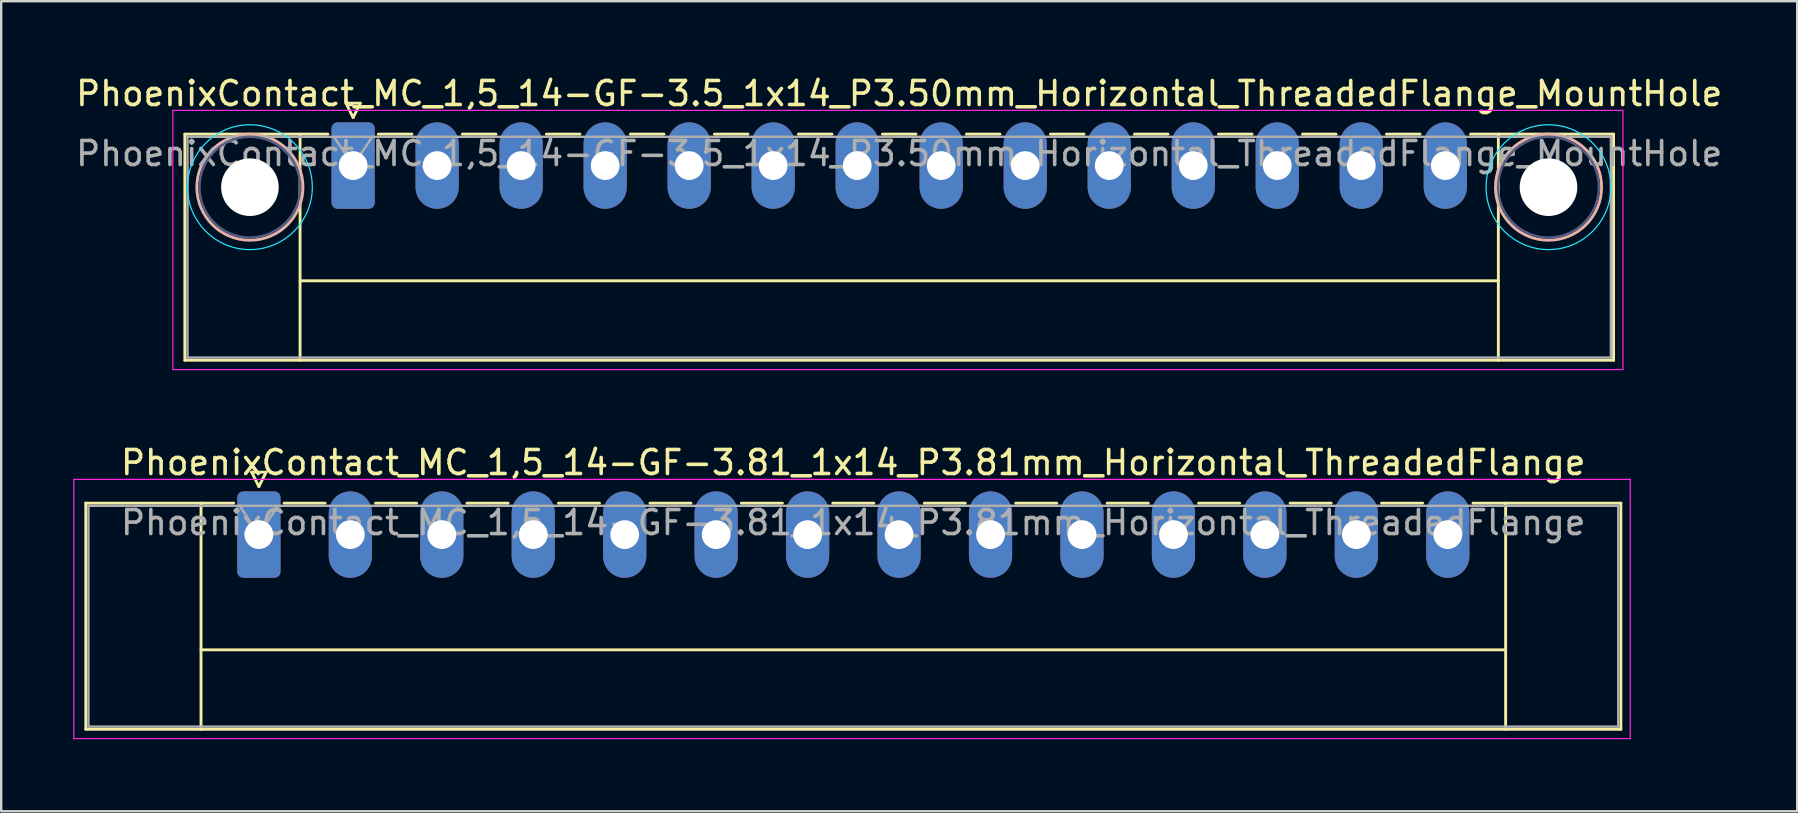
<source format=kicad_pcb>
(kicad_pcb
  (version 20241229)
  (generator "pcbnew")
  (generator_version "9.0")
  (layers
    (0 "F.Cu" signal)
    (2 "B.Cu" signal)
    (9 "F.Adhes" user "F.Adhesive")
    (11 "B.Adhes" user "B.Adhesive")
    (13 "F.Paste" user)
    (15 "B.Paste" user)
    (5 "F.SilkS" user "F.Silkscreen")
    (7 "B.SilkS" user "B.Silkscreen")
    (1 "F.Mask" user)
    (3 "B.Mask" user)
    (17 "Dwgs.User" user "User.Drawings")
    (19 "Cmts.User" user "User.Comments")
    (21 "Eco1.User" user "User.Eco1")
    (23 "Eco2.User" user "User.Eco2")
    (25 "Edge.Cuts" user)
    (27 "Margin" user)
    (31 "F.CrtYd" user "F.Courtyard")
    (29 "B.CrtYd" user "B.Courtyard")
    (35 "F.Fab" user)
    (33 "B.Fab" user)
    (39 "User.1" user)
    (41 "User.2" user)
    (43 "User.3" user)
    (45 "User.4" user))
  (footprint "PhoenixContact_MC_1,5_14-GF-3.81_1x14_P3.81mm_Horizontal_ThreadedFlange"
    (layer "F.Cu")
    (at 7.735 19.221)
    (property "Reference" "PhoenixContact_MC_1,5_14-GF-3.81_1x14_P3.81mm_Horizontal_ThreadedFlange" (at 24.76 -3 0) (layer "F.SilkS") (effects (font (size 1 1) (thickness 0.15))))
    (attr through_hole)
    (fp_line (start -7.21 -1.31) (end -7.21 8.11) (stroke (width 0.12) (type solid)) (layer "F.SilkS"))
    (fp_line (start -7.21 -1.31) (end -1.05 -1.31) (stroke (width 0.12) (type solid)) (layer "F.SilkS"))
    (fp_line (start -7.21 8.11) (end 56.74 8.11) (stroke (width 0.12) (type solid)) (layer "F.SilkS"))
    (fp_line (start -2.41 -1.31) (end -2.41 8.11) (stroke (width 0.12) (type solid)) (layer "F.SilkS"))
    (fp_line (start -2.41 4.8) (end 51.94 4.8) (stroke (width 0.12) (type solid)) (layer "F.SilkS"))
    (fp_line (start -0.3 -2.6) (end 0.3 -2.6) (stroke (width 0.12) (type solid)) (layer "F.SilkS"))
    (fp_line (start 0 -2) (end -0.3 -2.6) (stroke (width 0.12) (type solid)) (layer "F.SilkS"))
    (fp_line (start 0.3 -2.6) (end 0 -2) (stroke (width 0.12) (type solid)) (layer "F.SilkS"))
    (fp_line (start 1.05 -1.31) (end 2.76 -1.31) (stroke (width 0.12) (type solid)) (layer "F.SilkS"))
    (fp_line (start 4.86 -1.31) (end 6.57 -1.31) (stroke (width 0.12) (type solid)) (layer "F.SilkS"))
    (fp_line (start 8.67 -1.31) (end 10.38 -1.31) (stroke (width 0.12) (type solid)) (layer "F.SilkS"))
    (fp_line (start 12.48 -1.31) (end 14.19 -1.31) (stroke (width 0.12) (type solid)) (layer "F.SilkS"))
    (fp_line (start 16.29 -1.31) (end 18 -1.31) (stroke (width 0.12) (type solid)) (layer "F.SilkS"))
    (fp_line (start 20.1 -1.31) (end 21.81 -1.31) (stroke (width 0.12) (type solid)) (layer "F.SilkS"))
    (fp_line (start 23.91 -1.31) (end 25.62 -1.31) (stroke (width 0.12) (type solid)) (layer "F.SilkS"))
    (fp_line (start 27.72 -1.31) (end 29.43 -1.31) (stroke (width 0.12) (type solid)) (layer "F.SilkS"))
    (fp_line (start 31.53 -1.31) (end 33.24 -1.31) (stroke (width 0.12) (type solid)) (layer "F.SilkS"))
    (fp_line (start 35.34 -1.31) (end 37.05 -1.31) (stroke (width 0.12) (type solid)) (layer "F.SilkS"))
    (fp_line (start 39.15 -1.31) (end 40.86 -1.31) (stroke (width 0.12) (type solid)) (layer "F.SilkS"))
    (fp_line (start 42.96 -1.31) (end 44.67 -1.31) (stroke (width 0.12) (type solid)) (layer "F.SilkS"))
    (fp_line (start 46.77 -1.31) (end 48.48 -1.31) (stroke (width 0.12) (type solid)) (layer "F.SilkS"))
    (fp_line (start 51.94 -1.31) (end 51.94 8.11) (stroke (width 0.12) (type solid)) (layer "F.SilkS"))
    (fp_line (start 56.74 -1.31) (end 50.58 -1.31) (stroke (width 0.12) (type solid)) (layer "F.SilkS"))
    (fp_line (start 56.74 8.11) (end 56.74 -1.31) (stroke (width 0.12) (type solid)) (layer "F.SilkS"))
    (fp_line (start -7.71 -2.3) (end -7.71 8.5) (stroke (width 0.05) (type solid)) (layer "F.CrtYd"))
    (fp_line (start -7.71 8.5) (end 57.13 8.5) (stroke (width 0.05) (type solid)) (layer "F.CrtYd"))
    (fp_line (start 57.13 -2.3) (end -7.71 -2.3) (stroke (width 0.05) (type solid)) (layer "F.CrtYd"))
    (fp_line (start 57.13 8.5) (end 57.13 -2.3) (stroke (width 0.05) (type solid)) (layer "F.CrtYd"))
    (fp_line (start -7.1 -1.2) (end -7.1 8) (stroke (width 0.1) (type solid)) (layer "F.Fab"))
    (fp_line (start -7.1 8) (end 56.63 8) (stroke (width 0.1) (type solid)) (layer "F.Fab"))
    (fp_line (start 0 0) (end -0.8 -1.2) (stroke (width 0.1) (type solid)) (layer "F.Fab"))
    (fp_line (start 0.8 -1.2) (end 0 0) (stroke (width 0.1) (type solid)) (layer "F.Fab"))
    (fp_line (start 56.63 -1.2) (end -7.1 -1.2) (stroke (width 0.1) (type solid)) (layer "F.Fab"))
    (fp_line (start 56.63 8) (end 56.63 -1.2) (stroke (width 0.1) (type solid)) (layer "F.Fab"))
    (fp_text user "${REFERENCE}" (at 24.76 -0.5 0) (layer "F.Fab") (effects (font (size 1 1) (thickness 0.15))))
    (pad "1" thru_hole roundrect (at 0 0) (size 1.8 3.6) (drill 1.2) (layers "*.Cu" "*.Mask") (roundrect_rratio 0.139))
    (pad "2" thru_hole oval (at 3.81 0) (size 1.8 3.6) (drill 1.2) (layers "*.Cu" "*.Mask"))
    (pad "3" thru_hole oval (at 7.62 0) (size 1.8 3.6) (drill 1.2) (layers "*.Cu" "*.Mask"))
    (pad "4" thru_hole oval (at 11.43 0) (size 1.8 3.6) (drill 1.2) (layers "*.Cu" "*.Mask"))
    (pad "5" thru_hole oval (at 15.24 0) (size 1.8 3.6) (drill 1.2) (layers "*.Cu" "*.Mask"))
    (pad "6" thru_hole oval (at 19.05 0) (size 1.8 3.6) (drill 1.2) (layers "*.Cu" "*.Mask"))
    (pad "7" thru_hole oval (at 22.86 0) (size 1.8 3.6) (drill 1.2) (layers "*.Cu" "*.Mask"))
    (pad "8" thru_hole oval (at 26.67 0) (size 1.8 3.6) (drill 1.2) (layers "*.Cu" "*.Mask"))
    (pad "9" thru_hole oval (at 30.48 0) (size 1.8 3.6) (drill 1.2) (layers "*.Cu" "*.Mask"))
    (pad "10" thru_hole oval (at 34.29 0) (size 1.8 3.6) (drill 1.2) (layers "*.Cu" "*.Mask"))
    (pad "11" thru_hole oval (at 38.1 0) (size 1.8 3.6) (drill 1.2) (layers "*.Cu" "*.Mask"))
    (pad "12" thru_hole oval (at 41.91 0) (size 1.8 3.6) (drill 1.2) (layers "*.Cu" "*.Mask"))
    (pad "13" thru_hole oval (at 45.72 0) (size 1.8 3.6) (drill 1.2) (layers "*.Cu" "*.Mask"))
    (pad "14" thru_hole oval (at 49.53 0) (size 1.8 3.6) (drill 1.2) (layers "*.Cu" "*.Mask")))
  (footprint "PhoenixContact_MC_1,5_14-GF-3.5_1x14_P3.50mm_Horizontal_ThreadedFlange_MountHole"
    (layer "F.Cu")
    (at 11.661 3.848)
    (property "Reference" "PhoenixContact_MC_1,5_14-GF-3.5_1x14_P3.50mm_Horizontal_ThreadedFlange_MountHole" (at 22.75 -3 0) (layer "F.SilkS") (effects (font (size 1 1) (thickness 0.15))))
    (attr through_hole)
    (fp_line (start -7.01 -1.31) (end -7.01 8.11) (stroke (width 0.12) (type solid)) (layer "F.SilkS"))
    (fp_line (start -7.01 -1.31) (end -1.05 -1.31) (stroke (width 0.12) (type solid)) (layer "F.SilkS"))
    (fp_line (start -7.01 8.11) (end 52.51 8.11) (stroke (width 0.12) (type solid)) (layer "F.SilkS"))
    (fp_line (start -2.21 -1.31) (end -2.21 8.11) (stroke (width 0.12) (type solid)) (layer "F.SilkS"))
    (fp_line (start -2.21 4.8) (end 47.71 4.8) (stroke (width 0.12) (type solid)) (layer "F.SilkS"))
    (fp_line (start -0.3 -2.6) (end 0.3 -2.6) (stroke (width 0.12) (type solid)) (layer "F.SilkS"))
    (fp_line (start 0 -2) (end -0.3 -2.6) (stroke (width 0.12) (type solid)) (layer "F.SilkS"))
    (fp_line (start 0.3 -2.6) (end 0 -2) (stroke (width 0.12) (type solid)) (layer "F.SilkS"))
    (fp_line (start 1.05 -1.31) (end 2.45 -1.31) (stroke (width 0.12) (type solid)) (layer "F.SilkS"))
    (fp_line (start 4.55 -1.31) (end 5.95 -1.31) (stroke (width 0.12) (type solid)) (layer "F.SilkS"))
    (fp_line (start 8.05 -1.31) (end 9.45 -1.31) (stroke (width 0.12) (type solid)) (layer "F.SilkS"))
    (fp_line (start 11.55 -1.31) (end 12.95 -1.31) (stroke (width 0.12) (type solid)) (layer "F.SilkS"))
    (fp_line (start 15.05 -1.31) (end 16.45 -1.31) (stroke (width 0.12) (type solid)) (layer "F.SilkS"))
    (fp_line (start 18.55 -1.31) (end 19.95 -1.31) (stroke (width 0.12) (type solid)) (layer "F.SilkS"))
    (fp_line (start 22.05 -1.31) (end 23.45 -1.31) (stroke (width 0.12) (type solid)) (layer "F.SilkS"))
    (fp_line (start 25.55 -1.31) (end 26.95 -1.31) (stroke (width 0.12) (type solid)) (layer "F.SilkS"))
    (fp_line (start 29.05 -1.31) (end 30.45 -1.31) (stroke (width 0.12) (type solid)) (layer "F.SilkS"))
    (fp_line (start 32.55 -1.31) (end 33.95 -1.31) (stroke (width 0.12) (type solid)) (layer "F.SilkS"))
    (fp_line (start 36.05 -1.31) (end 37.45 -1.31) (stroke (width 0.12) (type solid)) (layer "F.SilkS"))
    (fp_line (start 39.55 -1.31) (end 40.95 -1.31) (stroke (width 0.12) (type solid)) (layer "F.SilkS"))
    (fp_line (start 43.05 -1.31) (end 44.45 -1.31) (stroke (width 0.12) (type solid)) (layer "F.SilkS"))
    (fp_line (start 47.71 -1.31) (end 47.71 8.11) (stroke (width 0.12) (type solid)) (layer "F.SilkS"))
    (fp_line (start 52.51 -1.31) (end 46.55 -1.31) (stroke (width 0.12) (type solid)) (layer "F.SilkS"))
    (fp_line (start 52.51 8.11) (end 52.51 -1.31) (stroke (width 0.12) (type solid)) (layer "F.SilkS"))
    (fp_circle (center -4.3 0.9) (end -2.09 0.9) (stroke (width 0.12) (type solid)) (fill no) (layer "B.SilkS"))
    (fp_circle (center 49.8 0.9) (end 52.01 0.9) (stroke (width 0.12) (type solid)) (fill no) (layer "B.SilkS"))
    (fp_circle (center -4.3 0.9) (end -1.7 0.9) (stroke (width 0.05) (type solid)) (fill no) (layer "B.CrtYd"))
    (fp_circle (center 49.8 0.9) (end 52.4 0.9) (stroke (width 0.05) (type solid)) (fill no) (layer "B.CrtYd"))
    (fp_line (start -7.51 -2.3) (end -7.51 8.5) (stroke (width 0.05) (type solid)) (layer "F.CrtYd"))
    (fp_line (start -7.51 8.5) (end 52.9 8.5) (stroke (width 0.05) (type solid)) (layer "F.CrtYd"))
    (fp_line (start 52.9 -2.3) (end -7.51 -2.3) (stroke (width 0.05) (type solid)) (layer "F.CrtYd"))
    (fp_line (start 52.9 8.5) (end 52.9 -2.3) (stroke (width 0.05) (type solid)) (layer "F.CrtYd"))
    (fp_circle (center -4.3 0.9) (end -2.2 0.9) (stroke (width 0.1) (type solid)) (fill no) (layer "B.Fab"))
    (fp_circle (center 49.8 0.9) (end 51.9 0.9) (stroke (width 0.1) (type solid)) (fill no) (layer "B.Fab"))
    (fp_line (start -6.9 -1.2) (end -6.9 8) (stroke (width 0.1) (type solid)) (layer "F.Fab"))
    (fp_line (start -6.9 8) (end 52.4 8) (stroke (width 0.1) (type solid)) (layer "F.Fab"))
    (fp_line (start 0 0) (end -0.8 -1.2) (stroke (width 0.1) (type solid)) (layer "F.Fab"))
    (fp_line (start 0.8 -1.2) (end 0 0) (stroke (width 0.1) (type solid)) (layer "F.Fab"))
    (fp_line (start 52.4 -1.2) (end -6.9 -1.2) (stroke (width 0.1) (type solid)) (layer "F.Fab"))
    (fp_line (start 52.4 8) (end 52.4 -1.2) (stroke (width 0.1) (type solid)) (layer "F.Fab"))
    (fp_text user "${REFERENCE}" (at 22.75 -0.5 0) (layer "F.Fab") (effects (font (size 1 1) (thickness 0.15))))
    (pad "" np_thru_hole circle (at -4.3 0.9) (size 2.4 2.4) (drill 2.4) (layers "*.Cu" "*.Mask"))
    (pad "" np_thru_hole circle (at 49.8 0.9) (size 2.4 2.4) (drill 2.4) (layers "*.Cu" "*.Mask"))
    (pad "1" thru_hole roundrect (at 0 0) (size 1.8 3.6) (drill 1.2) (layers "*.Cu" "*.Mask") (roundrect_rratio 0.139))
    (pad "2" thru_hole oval (at 3.5 0) (size 1.8 3.6) (drill 1.2) (layers "*.Cu" "*.Mask"))
    (pad "3" thru_hole oval (at 7 0) (size 1.8 3.6) (drill 1.2) (layers "*.Cu" "*.Mask"))
    (pad "4" thru_hole oval (at 10.5 0) (size 1.8 3.6) (drill 1.2) (layers "*.Cu" "*.Mask"))
    (pad "5" thru_hole oval (at 14 0) (size 1.8 3.6) (drill 1.2) (layers "*.Cu" "*.Mask"))
    (pad "6" thru_hole oval (at 17.5 0) (size 1.8 3.6) (drill 1.2) (layers "*.Cu" "*.Mask"))
    (pad "7" thru_hole oval (at 21 0) (size 1.8 3.6) (drill 1.2) (layers "*.Cu" "*.Mask"))
    (pad "8" thru_hole oval (at 24.5 0) (size 1.8 3.6) (drill 1.2) (layers "*.Cu" "*.Mask"))
    (pad "9" thru_hole oval (at 28 0) (size 1.8 3.6) (drill 1.2) (layers "*.Cu" "*.Mask"))
    (pad "10" thru_hole oval (at 31.5 0) (size 1.8 3.6) (drill 1.2) (layers "*.Cu" "*.Mask"))
    (pad "11" thru_hole oval (at 35 0) (size 1.8 3.6) (drill 1.2) (layers "*.Cu" "*.Mask"))
    (pad "12" thru_hole oval (at 38.5 0) (size 1.8 3.6) (drill 1.2) (layers "*.Cu" "*.Mask"))
    (pad "13" thru_hole oval (at 42 0) (size 1.8 3.6) (drill 1.2) (layers "*.Cu" "*.Mask"))
    (pad "14" thru_hole oval (at 45.5 0) (size 1.8 3.6) (drill 1.2) (layers "*.Cu" "*.Mask")))
  (gr_rect
    (start -3 -3)
    (end 71.821 30.747)
    (stroke (width 0.1) (type default))
    (fill no)
    (layer "Edge.Cuts")))
</source>
